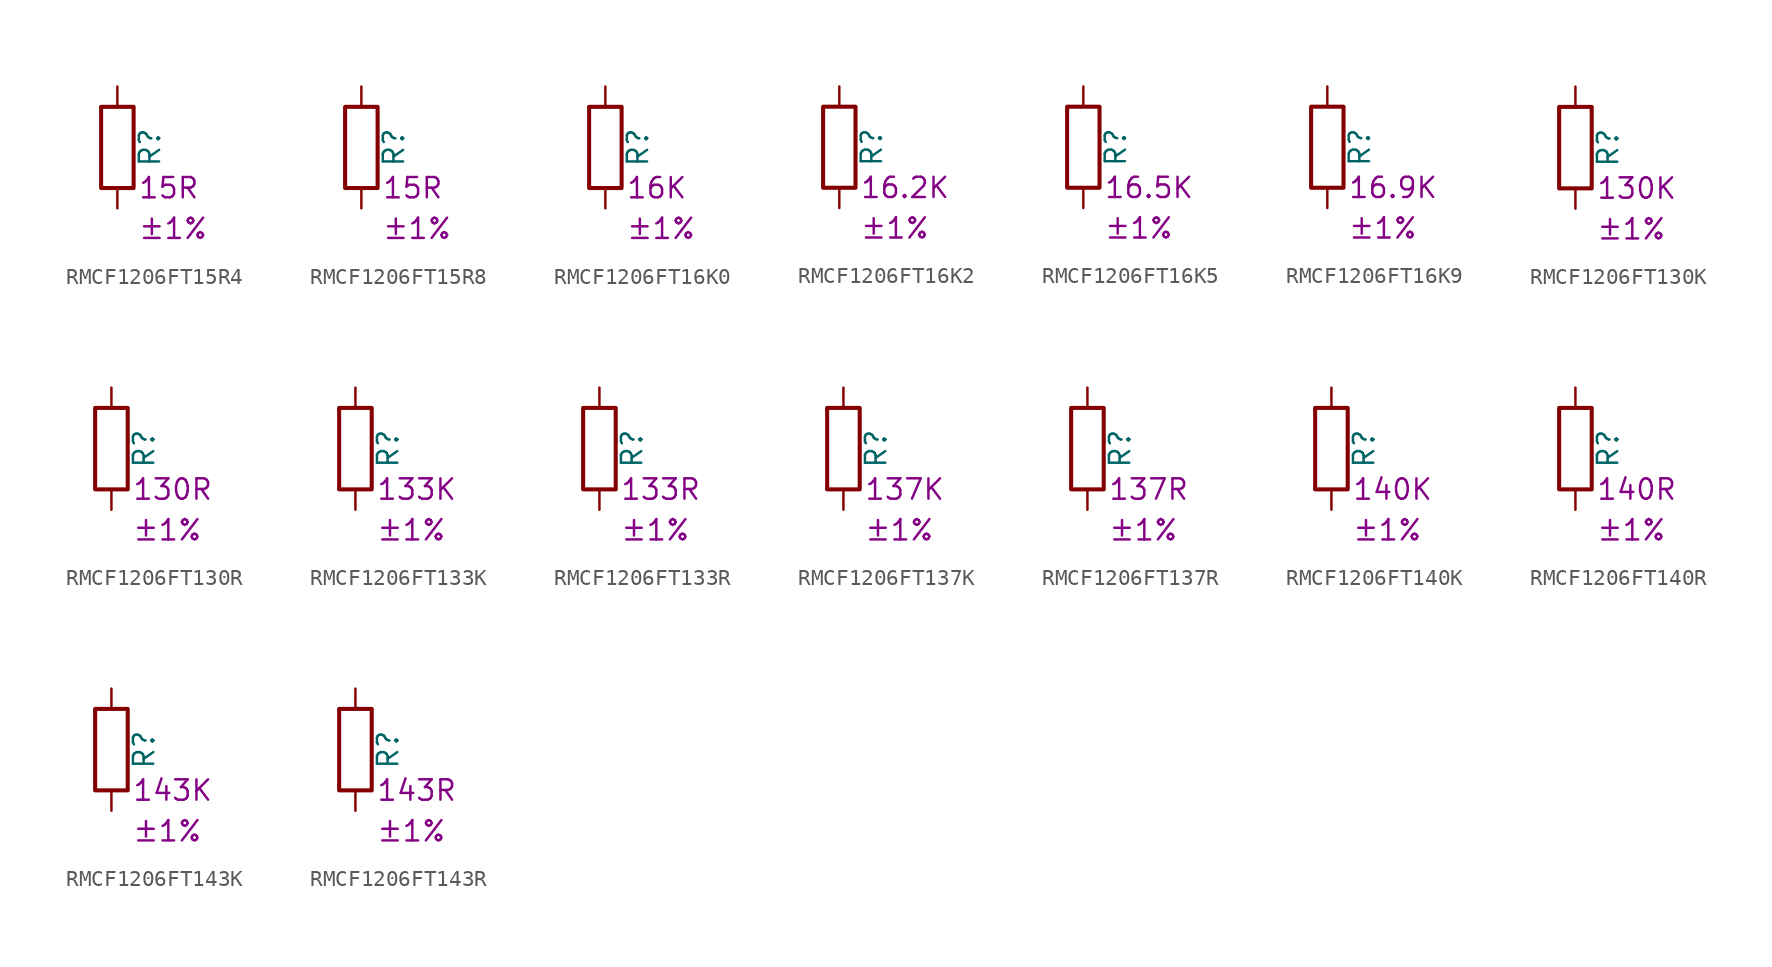
<source format=kicad_sym>
(kicad_symbol_lib
  (version 20220914)
  (generator kicad_symbol_editor)
  (symbol "RMCF1206FT15R4"
    (pin_numbers hide)
    (pin_names
      (offset 0))
    (property "Reference" "R"
      (at 2.032 0 90)
      (effects (font (size 1.27 1.27))))
    (property "Resistance" "15R"
      (at 1.27 -2.54 0)
      (effects (font (size 1.27 1.27)) (justify left)))
    (property "Tolerance" "±1%"
      (at 1.27 -5.08 0)
      (effects (font (size 1.27 1.27)) (justify left)))
    (symbol "RMCF1206FT15R4_0_1"
      (rectangle (start -1.016 -2.54) (end 1.016 2.54) (stroke (width 0.254) (type default)) (fill (type none))))
    (symbol "RMCF1206FT15R4_1_1"
      (pin passive line (at 0 3.81 270) (length 1.27) (name "~" (effects (font (size 1.27 1.27)))) (number "1" (effects (font (size 1.27 1.27)))))
      (pin passive line (at 0 -3.81 90) (length 1.27) (name "~" (effects (font (size 1.27 1.27)))) (number "2" (effects (font (size 1.27 1.27)))))))
  (symbol "RMCF1206FT15R8"
    (pin_numbers hide)
    (pin_names
      (offset 0))
    (property "Reference" "R"
      (at 2.032 0 90)
      (effects (font (size 1.27 1.27))))
    (property "Resistance" "15R"
      (at 1.27 -2.54 0)
      (effects (font (size 1.27 1.27)) (justify left)))
    (property "Tolerance" "±1%"
      (at 1.27 -5.08 0)
      (effects (font (size 1.27 1.27)) (justify left)))
    (symbol "RMCF1206FT15R8_0_1"
      (rectangle (start -1.016 -2.54) (end 1.016 2.54) (stroke (width 0.254) (type default)) (fill (type none))))
    (symbol "RMCF1206FT15R8_1_1"
      (pin passive line (at 0 3.81 270) (length 1.27) (name "~" (effects (font (size 1.27 1.27)))) (number "1" (effects (font (size 1.27 1.27)))))
      (pin passive line (at 0 -3.81 90) (length 1.27) (name "~" (effects (font (size 1.27 1.27)))) (number "2" (effects (font (size 1.27 1.27)))))))
  (symbol "RMCF1206FT16K0"
    (pin_numbers hide)
    (pin_names
      (offset 0))
    (property "Reference" "R"
      (at 2.032 0 90)
      (effects (font (size 1.27 1.27))))
    (property "Resistance" "16K"
      (at 1.27 -2.54 0)
      (effects (font (size 1.27 1.27)) (justify left)))
    (property "Tolerance" "±1%"
      (at 1.27 -5.08 0)
      (effects (font (size 1.27 1.27)) (justify left)))
    (symbol "RMCF1206FT16K0_0_1"
      (rectangle (start -1.016 -2.54) (end 1.016 2.54) (stroke (width 0.254) (type default)) (fill (type none))))
    (symbol "RMCF1206FT16K0_1_1"
      (pin passive line (at 0 3.81 270) (length 1.27) (name "~" (effects (font (size 1.27 1.27)))) (number "1" (effects (font (size 1.27 1.27)))))
      (pin passive line (at 0 -3.81 90) (length 1.27) (name "~" (effects (font (size 1.27 1.27)))) (number "2" (effects (font (size 1.27 1.27)))))))
  (symbol "RMCF1206FT16K2"
    (pin_numbers hide)
    (pin_names
      (offset 0))
    (property "Reference" "R"
      (at 2.032 0 90)
      (effects (font (size 1.27 1.27))))
    (property "Resistance" "16.2K"
      (at 1.27 -2.54 0)
      (effects (font (size 1.27 1.27)) (justify left)))
    (property "Tolerance" "±1%"
      (at 1.27 -5.08 0)
      (effects (font (size 1.27 1.27)) (justify left)))
    (symbol "RMCF1206FT16K2_0_1"
      (rectangle (start -1.016 -2.54) (end 1.016 2.54) (stroke (width 0.254) (type default)) (fill (type none))))
    (symbol "RMCF1206FT16K2_1_1"
      (pin passive line (at 0 3.81 270) (length 1.27) (name "~" (effects (font (size 1.27 1.27)))) (number "1" (effects (font (size 1.27 1.27)))))
      (pin passive line (at 0 -3.81 90) (length 1.27) (name "~" (effects (font (size 1.27 1.27)))) (number "2" (effects (font (size 1.27 1.27)))))))
  (symbol "RMCF1206FT16K5"
    (pin_numbers hide)
    (pin_names
      (offset 0))
    (property "Reference" "R"
      (at 2.032 0 90)
      (effects (font (size 1.27 1.27))))
    (property "Resistance" "16.5K"
      (at 1.27 -2.54 0)
      (effects (font (size 1.27 1.27)) (justify left)))
    (property "Tolerance" "±1%"
      (at 1.27 -5.08 0)
      (effects (font (size 1.27 1.27)) (justify left)))
    (symbol "RMCF1206FT16K5_0_1"
      (rectangle (start -1.016 -2.54) (end 1.016 2.54) (stroke (width 0.254) (type default)) (fill (type none))))
    (symbol "RMCF1206FT16K5_1_1"
      (pin passive line (at 0 3.81 270) (length 1.27) (name "~" (effects (font (size 1.27 1.27)))) (number "1" (effects (font (size 1.27 1.27)))))
      (pin passive line (at 0 -3.81 90) (length 1.27) (name "~" (effects (font (size 1.27 1.27)))) (number "2" (effects (font (size 1.27 1.27)))))))
  (symbol "RMCF1206FT16K9"
    (pin_numbers hide)
    (pin_names
      (offset 0))
    (property "Reference" "R"
      (at 2.032 0 90)
      (effects (font (size 1.27 1.27))))
    (property "Resistance" "16.9K"
      (at 1.27 -2.54 0)
      (effects (font (size 1.27 1.27)) (justify left)))
    (property "Tolerance" "±1%"
      (at 1.27 -5.08 0)
      (effects (font (size 1.27 1.27)) (justify left)))
    (symbol "RMCF1206FT16K9_0_1"
      (rectangle (start -1.016 -2.54) (end 1.016 2.54) (stroke (width 0.254) (type default)) (fill (type none))))
    (symbol "RMCF1206FT16K9_1_1"
      (pin passive line (at 0 3.81 270) (length 1.27) (name "~" (effects (font (size 1.27 1.27)))) (number "1" (effects (font (size 1.27 1.27)))))
      (pin passive line (at 0 -3.81 90) (length 1.27) (name "~" (effects (font (size 1.27 1.27)))) (number "2" (effects (font (size 1.27 1.27)))))))
  (symbol "RMCF1206FT130K"
    (pin_numbers hide)
    (pin_names
      (offset 0))
    (property "Reference" "R"
      (at 2.032 0 90)
      (effects (font (size 1.27 1.27))))
    (property "Resistance" "130K"
      (at 1.27 -2.54 0)
      (effects (font (size 1.27 1.27)) (justify left)))
    (property "Tolerance" "±1%"
      (at 1.27 -5.08 0)
      (effects (font (size 1.27 1.27)) (justify left)))
    (symbol "RMCF1206FT130K_0_1"
      (rectangle (start -1.016 -2.54) (end 1.016 2.54) (stroke (width 0.254) (type default)) (fill (type none))))
    (symbol "RMCF1206FT130K_1_1"
      (pin passive line (at 0 3.81 270) (length 1.27) (name "~" (effects (font (size 1.27 1.27)))) (number "1" (effects (font (size 1.27 1.27)))))
      (pin passive line (at 0 -3.81 90) (length 1.27) (name "~" (effects (font (size 1.27 1.27)))) (number "2" (effects (font (size 1.27 1.27)))))))
  (symbol "RMCF1206FT130R"
    (pin_numbers hide)
    (pin_names
      (offset 0))
    (property "Reference" "R"
      (at 2.032 0 90)
      (effects (font (size 1.27 1.27))))
    (property "Resistance" "130R"
      (at 1.27 -2.54 0)
      (effects (font (size 1.27 1.27)) (justify left)))
    (property "Tolerance" "±1%"
      (at 1.27 -5.08 0)
      (effects (font (size 1.27 1.27)) (justify left)))
    (symbol "RMCF1206FT130R_0_1"
      (rectangle (start -1.016 -2.54) (end 1.016 2.54) (stroke (width 0.254) (type default)) (fill (type none))))
    (symbol "RMCF1206FT130R_1_1"
      (pin passive line (at 0 3.81 270) (length 1.27) (name "~" (effects (font (size 1.27 1.27)))) (number "1" (effects (font (size 1.27 1.27)))))
      (pin passive line (at 0 -3.81 90) (length 1.27) (name "~" (effects (font (size 1.27 1.27)))) (number "2" (effects (font (size 1.27 1.27)))))))
  (symbol "RMCF1206FT133K"
    (pin_numbers hide)
    (pin_names
      (offset 0))
    (property "Reference" "R"
      (at 2.032 0 90)
      (effects (font (size 1.27 1.27))))
    (property "Resistance" "133K"
      (at 1.27 -2.54 0)
      (effects (font (size 1.27 1.27)) (justify left)))
    (property "Tolerance" "±1%"
      (at 1.27 -5.08 0)
      (effects (font (size 1.27 1.27)) (justify left)))
    (symbol "RMCF1206FT133K_0_1"
      (rectangle (start -1.016 -2.54) (end 1.016 2.54) (stroke (width 0.254) (type default)) (fill (type none))))
    (symbol "RMCF1206FT133K_1_1"
      (pin passive line (at 0 3.81 270) (length 1.27) (name "~" (effects (font (size 1.27 1.27)))) (number "1" (effects (font (size 1.27 1.27)))))
      (pin passive line (at 0 -3.81 90) (length 1.27) (name "~" (effects (font (size 1.27 1.27)))) (number "2" (effects (font (size 1.27 1.27)))))))
  (symbol "RMCF1206FT133R"
    (pin_numbers hide)
    (pin_names
      (offset 0))
    (property "Reference" "R"
      (at 2.032 0 90)
      (effects (font (size 1.27 1.27))))
    (property "Resistance" "133R"
      (at 1.27 -2.54 0)
      (effects (font (size 1.27 1.27)) (justify left)))
    (property "Tolerance" "±1%"
      (at 1.27 -5.08 0)
      (effects (font (size 1.27 1.27)) (justify left)))
    (symbol "RMCF1206FT133R_0_1"
      (rectangle (start -1.016 -2.54) (end 1.016 2.54) (stroke (width 0.254) (type default)) (fill (type none))))
    (symbol "RMCF1206FT133R_1_1"
      (pin passive line (at 0 3.81 270) (length 1.27) (name "~" (effects (font (size 1.27 1.27)))) (number "1" (effects (font (size 1.27 1.27)))))
      (pin passive line (at 0 -3.81 90) (length 1.27) (name "~" (effects (font (size 1.27 1.27)))) (number "2" (effects (font (size 1.27 1.27)))))))
  (symbol "RMCF1206FT137K"
    (pin_numbers hide)
    (pin_names
      (offset 0))
    (property "Reference" "R"
      (at 2.032 0 90)
      (effects (font (size 1.27 1.27))))
    (property "Resistance" "137K"
      (at 1.27 -2.54 0)
      (effects (font (size 1.27 1.27)) (justify left)))
    (property "Tolerance" "±1%"
      (at 1.27 -5.08 0)
      (effects (font (size 1.27 1.27)) (justify left)))
    (symbol "RMCF1206FT137K_0_1"
      (rectangle (start -1.016 -2.54) (end 1.016 2.54) (stroke (width 0.254) (type default)) (fill (type none))))
    (symbol "RMCF1206FT137K_1_1"
      (pin passive line (at 0 3.81 270) (length 1.27) (name "~" (effects (font (size 1.27 1.27)))) (number "1" (effects (font (size 1.27 1.27)))))
      (pin passive line (at 0 -3.81 90) (length 1.27) (name "~" (effects (font (size 1.27 1.27)))) (number "2" (effects (font (size 1.27 1.27)))))))
  (symbol "RMCF1206FT137R"
    (pin_numbers hide)
    (pin_names
      (offset 0))
    (property "Reference" "R"
      (at 2.032 0 90)
      (effects (font (size 1.27 1.27))))
    (property "Resistance" "137R"
      (at 1.27 -2.54 0)
      (effects (font (size 1.27 1.27)) (justify left)))
    (property "Tolerance" "±1%"
      (at 1.27 -5.08 0)
      (effects (font (size 1.27 1.27)) (justify left)))
    (symbol "RMCF1206FT137R_0_1"
      (rectangle (start -1.016 -2.54) (end 1.016 2.54) (stroke (width 0.254) (type default)) (fill (type none))))
    (symbol "RMCF1206FT137R_1_1"
      (pin passive line (at 0 3.81 270) (length 1.27) (name "~" (effects (font (size 1.27 1.27)))) (number "1" (effects (font (size 1.27 1.27)))))
      (pin passive line (at 0 -3.81 90) (length 1.27) (name "~" (effects (font (size 1.27 1.27)))) (number "2" (effects (font (size 1.27 1.27)))))))
  (symbol "RMCF1206FT140K"
    (pin_numbers hide)
    (pin_names
      (offset 0))
    (property "Reference" "R"
      (at 2.032 0 90)
      (effects (font (size 1.27 1.27))))
    (property "Resistance" "140K"
      (at 1.27 -2.54 0)
      (effects (font (size 1.27 1.27)) (justify left)))
    (property "Tolerance" "±1%"
      (at 1.27 -5.08 0)
      (effects (font (size 1.27 1.27)) (justify left)))
    (symbol "RMCF1206FT140K_0_1"
      (rectangle (start -1.016 -2.54) (end 1.016 2.54) (stroke (width 0.254) (type default)) (fill (type none))))
    (symbol "RMCF1206FT140K_1_1"
      (pin passive line (at 0 3.81 270) (length 1.27) (name "~" (effects (font (size 1.27 1.27)))) (number "1" (effects (font (size 1.27 1.27)))))
      (pin passive line (at 0 -3.81 90) (length 1.27) (name "~" (effects (font (size 1.27 1.27)))) (number "2" (effects (font (size 1.27 1.27)))))))
  (symbol "RMCF1206FT140R"
    (pin_numbers hide)
    (pin_names
      (offset 0))
    (property "Reference" "R"
      (at 2.032 0 90)
      (effects (font (size 1.27 1.27))))
    (property "Resistance" "140R"
      (at 1.27 -2.54 0)
      (effects (font (size 1.27 1.27)) (justify left)))
    (property "Tolerance" "±1%"
      (at 1.27 -5.08 0)
      (effects (font (size 1.27 1.27)) (justify left)))
    (symbol "RMCF1206FT140R_0_1"
      (rectangle (start -1.016 -2.54) (end 1.016 2.54) (stroke (width 0.254) (type default)) (fill (type none))))
    (symbol "RMCF1206FT140R_1_1"
      (pin passive line (at 0 3.81 270) (length 1.27) (name "~" (effects (font (size 1.27 1.27)))) (number "1" (effects (font (size 1.27 1.27)))))
      (pin passive line (at 0 -3.81 90) (length 1.27) (name "~" (effects (font (size 1.27 1.27)))) (number "2" (effects (font (size 1.27 1.27)))))))
  (symbol "RMCF1206FT143K"
    (pin_numbers hide)
    (pin_names
      (offset 0))
    (property "Reference" "R"
      (at 2.032 0 90)
      (effects (font (size 1.27 1.27))))
    (property "Resistance" "143K"
      (at 1.27 -2.54 0)
      (effects (font (size 1.27 1.27)) (justify left)))
    (property "Tolerance" "±1%"
      (at 1.27 -5.08 0)
      (effects (font (size 1.27 1.27)) (justify left)))
    (symbol "RMCF1206FT143K_0_1"
      (rectangle (start -1.016 -2.54) (end 1.016 2.54) (stroke (width 0.254) (type default)) (fill (type none))))
    (symbol "RMCF1206FT143K_1_1"
      (pin passive line (at 0 3.81 270) (length 1.27) (name "~" (effects (font (size 1.27 1.27)))) (number "1" (effects (font (size 1.27 1.27)))))
      (pin passive line (at 0 -3.81 90) (length 1.27) (name "~" (effects (font (size 1.27 1.27)))) (number "2" (effects (font (size 1.27 1.27)))))))
  (symbol "RMCF1206FT143R"
    (pin_numbers hide)
    (pin_names
      (offset 0))
    (property "Reference" "R"
      (at 2.032 0 90)
      (effects (font (size 1.27 1.27))))
    (property "Resistance" "143R"
      (at 1.27 -2.54 0)
      (effects (font (size 1.27 1.27)) (justify left)))
    (property "Tolerance" "±1%"
      (at 1.27 -5.08 0)
      (effects (font (size 1.27 1.27)) (justify left)))
    (symbol "RMCF1206FT143R_0_1"
      (rectangle (start -1.016 -2.54) (end 1.016 2.54) (stroke (width 0.254) (type default)) (fill (type none))))
    (symbol "RMCF1206FT143R_1_1"
      (pin passive line (at 0 3.81 270) (length 1.27) (name "~" (effects (font (size 1.27 1.27)))) (number "1" (effects (font (size 1.27 1.27)))))
      (pin passive line (at 0 -3.81 90) (length 1.27) (name "~" (effects (font (size 1.27 1.27)))) (number "2" (effects (font (size 1.27 1.27))))))))
</source>
